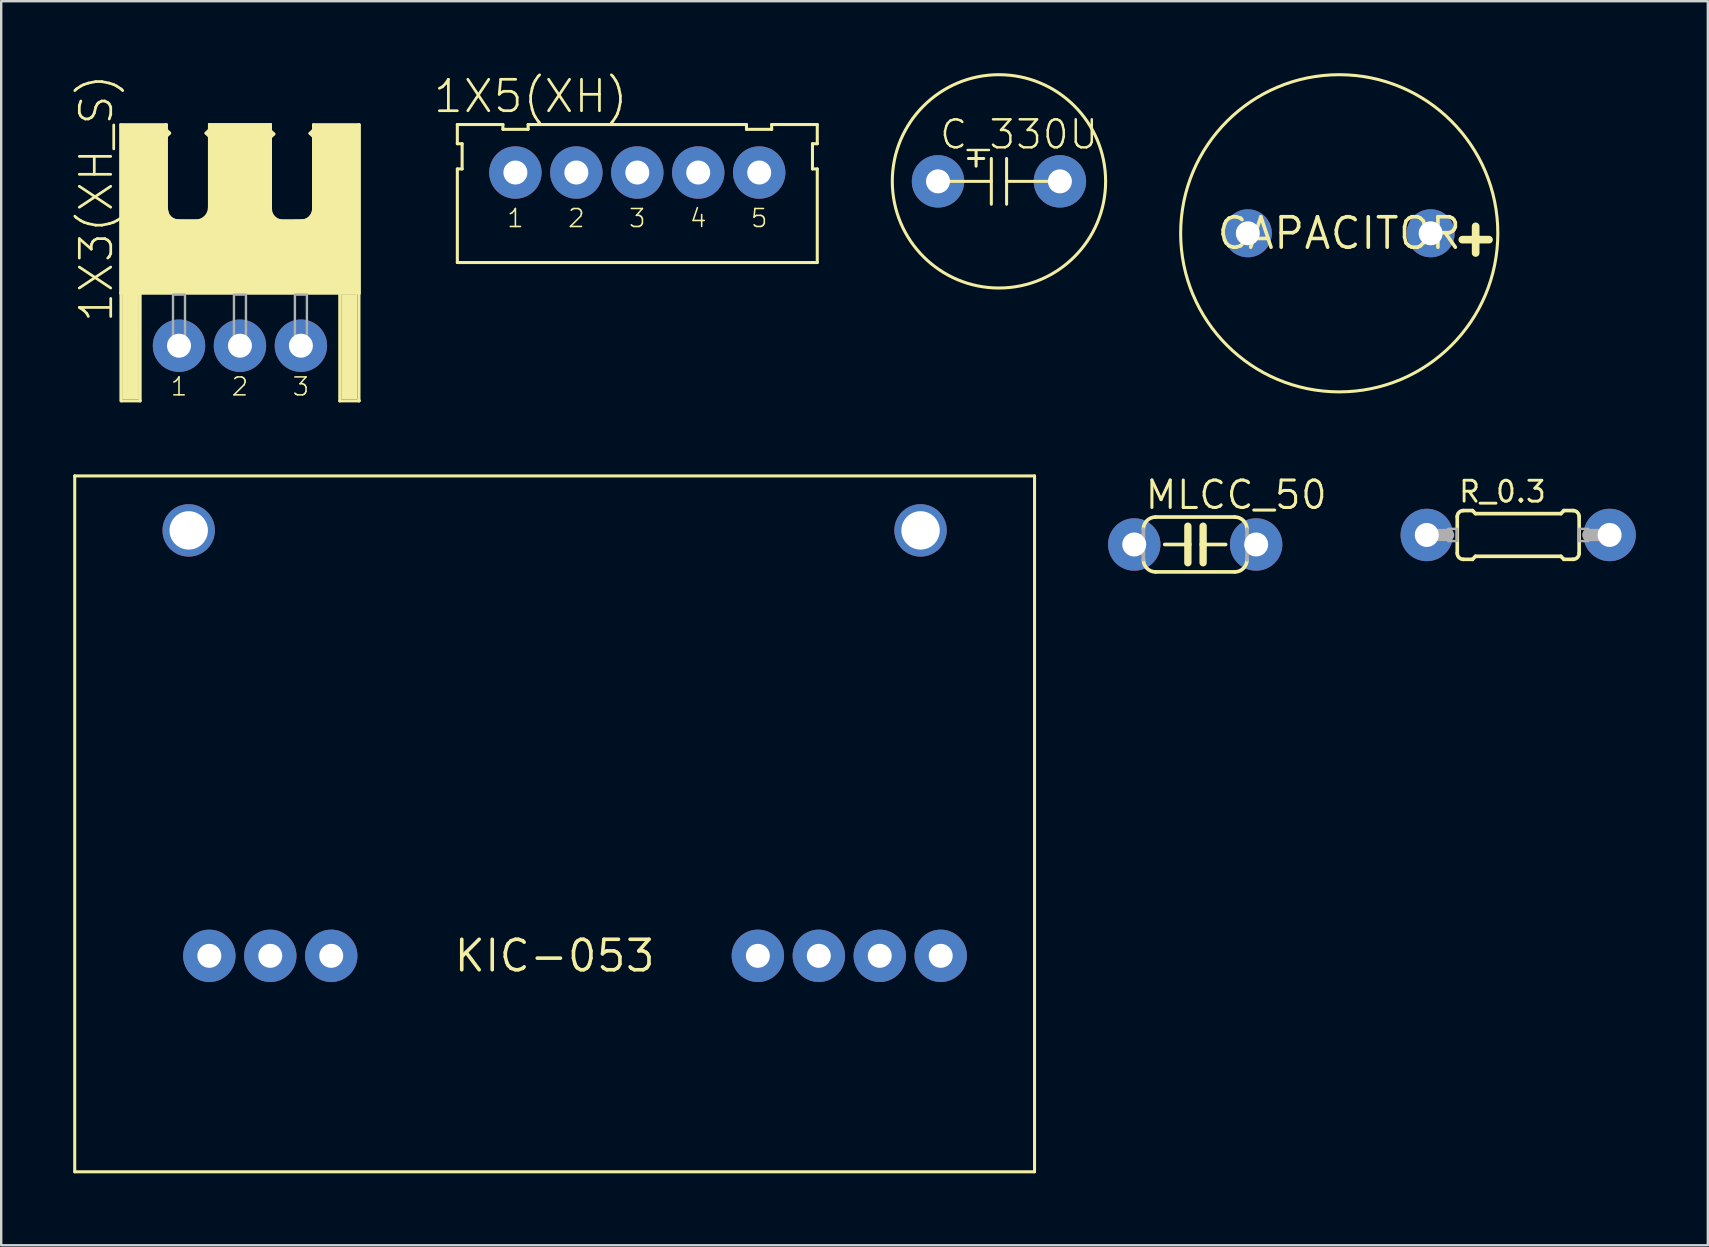
<source format=kicad_pcb>
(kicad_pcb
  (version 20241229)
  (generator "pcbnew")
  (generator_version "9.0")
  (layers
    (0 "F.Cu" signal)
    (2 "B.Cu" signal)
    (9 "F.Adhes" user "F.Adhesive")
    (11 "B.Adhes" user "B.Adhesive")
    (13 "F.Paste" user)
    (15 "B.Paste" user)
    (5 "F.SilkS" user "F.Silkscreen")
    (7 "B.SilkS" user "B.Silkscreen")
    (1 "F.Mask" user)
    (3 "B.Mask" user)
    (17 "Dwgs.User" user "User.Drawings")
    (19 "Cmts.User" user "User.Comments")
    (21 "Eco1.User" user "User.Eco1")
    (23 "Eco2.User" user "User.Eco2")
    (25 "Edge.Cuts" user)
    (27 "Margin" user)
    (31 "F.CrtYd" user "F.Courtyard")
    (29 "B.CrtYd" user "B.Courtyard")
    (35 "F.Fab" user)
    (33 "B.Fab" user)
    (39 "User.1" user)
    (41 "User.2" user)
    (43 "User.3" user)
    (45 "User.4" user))
  (footprint "R_0.3"
    (layer "F.Cu")
    (at 60.22 19.244)
    (property "Reference" "R_0.3" (at -2.54 -1.295 0) (layer "F.SilkS") (effects (font (size 0.872 0.872) (thickness 0.119)) (justify left bottom)))
    (fp_line (start -2.54 0.762) (end -2.54 -0.762) (stroke (width 0.152) (type solid)) (layer "F.SilkS"))
    (fp_line (start -2.286 -1.016) (end -1.905 -1.016) (stroke (width 0.152) (type solid)) (layer "F.SilkS"))
    (fp_line (start -2.286 1.016) (end -1.905 1.016) (stroke (width 0.152) (type solid)) (layer "F.SilkS"))
    (fp_line (start -1.778 -0.889) (end -1.905 -1.016) (stroke (width 0.152) (type solid)) (layer "F.SilkS"))
    (fp_line (start -1.778 0.889) (end -1.905 1.016) (stroke (width 0.152) (type solid)) (layer "F.SilkS"))
    (fp_line (start 1.778 -0.889) (end -1.778 -0.889) (stroke (width 0.152) (type solid)) (layer "F.SilkS"))
    (fp_line (start 1.778 -0.889) (end 1.905 -1.016) (stroke (width 0.152) (type solid)) (layer "F.SilkS"))
    (fp_line (start 1.778 0.889) (end -1.778 0.889) (stroke (width 0.152) (type solid)) (layer "F.SilkS"))
    (fp_line (start 1.778 0.889) (end 1.905 1.016) (stroke (width 0.152) (type solid)) (layer "F.SilkS"))
    (fp_line (start 2.286 -1.016) (end 1.905 -1.016) (stroke (width 0.152) (type solid)) (layer "F.SilkS"))
    (fp_line (start 2.286 1.016) (end 1.905 1.016) (stroke (width 0.152) (type solid)) (layer "F.SilkS"))
    (fp_line (start 2.54 0.762) (end 2.54 -0.762) (stroke (width 0.152) (type solid)) (layer "F.SilkS"))
    (fp_arc (start -2.54 -0.762) (mid -2.465605 -0.941605) (end -2.286 -1.016) (stroke (width 0.1524) (type solid)) (layer "F.SilkS"))
    (fp_arc (start -2.286 1.016) (mid -2.465605 0.941605) (end -2.54 0.762) (stroke (width 0.1524) (type solid)) (layer "F.SilkS"))
    (fp_arc (start 2.286 -1.016) (mid 2.465605 -0.941605) (end 2.54 -0.762) (stroke (width 0.1524) (type solid)) (layer "F.SilkS"))
    (fp_arc (start 2.54 0.762) (mid 2.465605 0.941605) (end 2.286 1.016) (stroke (width 0.1524) (type solid)) (layer "F.SilkS"))
    (fp_line (start -3.81 0) (end -2.921 0) (stroke (width 0.508) (type solid)) (layer "F.Fab"))
    (fp_line (start 3.81 0) (end 2.921 0) (stroke (width 0.508) (type solid)) (layer "F.Fab"))
    (fp_poly (pts (xy -2.921 0.254) (xy -2.54 0.254) (xy -2.54 -0.254) (xy -2.921 -0.254)) (stroke (width 0.1) (type solid)) (fill no) (layer "F.Fab"))
    (fp_poly (pts (xy 2.54 0.254) (xy 2.921 0.254) (xy 2.921 -0.254) (xy 2.54 -0.254)) (stroke (width 0.1) (type solid)) (fill no) (layer "F.Fab"))
    (pad "1" thru_hole circle (at -3.81 0) (size 2.184 2.184) (drill 1) (layers "*.Cu" "*.Mask"))
    (pad "2" thru_hole circle (at 3.81 0) (size 2.184 2.184) (drill 1) (layers "*.Cu" "*.Mask")))
  (footprint "1X5(XH)"
    (layer "F.Cu")
    (at 23.509 4.14)
    (property "Reference" "1X5(XH)" (at -4.445 -3.175 0) (layer "F.SilkS") (effects (font (size 1.309 1.309) (thickness 0.114))))
    (fp_line (start -7.5 -2) (end -7.5 -1.2) (stroke (width 0.127) (type solid)) (layer "F.SilkS"))
    (fp_line (start -7.5 -1.2) (end -7.3 -1.2) (stroke (width 0.127) (type solid)) (layer "F.SilkS"))
    (fp_line (start -7.5 3.75) (end -7.5 -0.15) (stroke (width 0.127) (type solid)) (layer "F.SilkS"))
    (fp_line (start -7.3 -1.2) (end -7.3 -0.15) (stroke (width 0.127) (type solid)) (layer "F.SilkS"))
    (fp_line (start -7.3 -0.15) (end -7.5 -0.15) (stroke (width 0.127) (type solid)) (layer "F.SilkS"))
    (fp_line (start -5.6 -2) (end -7.5 -2) (stroke (width 0.127) (type solid)) (layer "F.SilkS"))
    (fp_line (start -5.6 -2) (end -5.6 -1.8) (stroke (width 0.127) (type solid)) (layer "F.SilkS"))
    (fp_line (start -5.6 -1.8) (end -4.55 -1.8) (stroke (width 0.127) (type solid)) (layer "F.SilkS"))
    (fp_line (start -4.55 -2) (end -4.55 -1.8) (stroke (width 0.127) (type solid)) (layer "F.SilkS"))
    (fp_line (start 4.55 -2) (end -4.55 -2) (stroke (width 0.127) (type solid)) (layer "F.SilkS"))
    (fp_line (start 4.55 -2) (end 4.55 -1.8) (stroke (width 0.127) (type solid)) (layer "F.SilkS"))
    (fp_line (start 4.55 -1.8) (end 5.6 -1.8) (stroke (width 0.127) (type solid)) (layer "F.SilkS"))
    (fp_line (start 5.6 -2) (end 5.6 -1.8) (stroke (width 0.127) (type solid)) (layer "F.SilkS"))
    (fp_line (start 7.3 -1.2) (end 7.3 -0.15) (stroke (width 0.127) (type solid)) (layer "F.SilkS"))
    (fp_line (start 7.5 -2) (end 5.6 -2) (stroke (width 0.127) (type solid)) (layer "F.SilkS"))
    (fp_line (start 7.5 -2) (end 7.5 -1.2) (stroke (width 0.127) (type solid)) (layer "F.SilkS"))
    (fp_line (start 7.5 -1.2) (end 7.3 -1.2) (stroke (width 0.127) (type solid)) (layer "F.SilkS"))
    (fp_line (start 7.5 -0.15) (end 7.3 -0.15) (stroke (width 0.127) (type solid)) (layer "F.SilkS"))
    (fp_line (start 7.5 3.75) (end -7.5 3.75) (stroke (width 0.127) (type solid)) (layer "F.SilkS"))
    (fp_line (start 7.5 3.75) (end 7.5 -0.15) (stroke (width 0.127) (type solid)) (layer "F.SilkS"))
    (fp_poly (pts (xy -5.334 0.254) (xy -4.826 0.254) (xy -4.826 -0.254) (xy -5.334 -0.254)) (stroke (width 0.1) (type solid)) (fill no) (layer "F.Fab"))
    (fp_poly (pts (xy -2.794 0.254) (xy -2.286 0.254) (xy -2.286 -0.254) (xy -2.794 -0.254)) (stroke (width 0.1) (type solid)) (fill no) (layer "F.Fab"))
    (fp_poly (pts (xy -0.254 0.254) (xy 0.254 0.254) (xy 0.254 -0.254) (xy -0.254 -0.254)) (stroke (width 0.1) (type solid)) (fill no) (layer "F.Fab"))
    (fp_poly (pts (xy 2.286 0.254) (xy 2.794 0.254) (xy 2.794 -0.254) (xy 2.286 -0.254)) (stroke (width 0.1) (type solid)) (fill no) (layer "F.Fab"))
    (fp_poly (pts (xy 4.826 0.254) (xy 5.334 0.254) (xy 5.334 -0.254) (xy 4.826 -0.254)) (stroke (width 0.1) (type solid)) (fill no) (layer "F.Fab"))
    (fp_text user "4" (at 2.54 1.905 0) (layer "F.SilkS") (effects (font (size 0.748 0.748) (thickness 0.065))))
    (fp_text user "2" (at -2.54 1.905 0) (layer "F.SilkS") (effects (font (size 0.748 0.748) (thickness 0.065))))
    (fp_text user "5" (at 5.08 1.905 0) (layer "F.SilkS") (effects (font (size 0.748 0.748) (thickness 0.065))))
    (fp_text user "3" (at 0 1.905 0) (layer "F.SilkS") (effects (font (size 0.748 0.748) (thickness 0.065))))
    (fp_text user "1" (at -5.08 1.905 0) (layer "F.SilkS") (effects (font (size 0.748 0.748) (thickness 0.065))))
    (pad "1" thru_hole circle (at -5.08 0 90) (size 2.184 2.184) (drill 1) (layers "*.Cu" "*.Mask"))
    (pad "2" thru_hole circle (at -2.54 0 90) (size 2.184 2.184) (drill 1) (layers "*.Cu" "*.Mask"))
    (pad "3" thru_hole circle (at 0 0 90) (size 2.184 2.184) (drill 1) (layers "*.Cu" "*.Mask"))
    (pad "4" thru_hole circle (at 2.54 0 90) (size 2.184 2.184) (drill 1) (layers "*.Cu" "*.Mask"))
    (pad "5" thru_hole circle (at 5.08 0 90) (size 2.184 2.184) (drill 1) (layers "*.Cu" "*.Mask")))
  (footprint "KIC-053"
    (layer "F.Cu")
    (at 20.064 36.784)
    (property "Reference" "KIC-053" (at 0 0 0) (layer "F.SilkS") (effects (font (size 1.27 1.27) (thickness 0.15))))
    (fp_line (start -20 -20) (end -20 9) (stroke (width 0.127) (type solid)) (layer "F.SilkS"))
    (fp_line (start -20 -20) (end 20 -20) (stroke (width 0.127) (type solid)) (layer "F.SilkS"))
    (fp_line (start -20 9) (end 20 9) (stroke (width 0.127) (type solid)) (layer "F.SilkS"))
    (fp_line (start 20 -20) (end 20 9) (stroke (width 0.127) (type solid)) (layer "F.SilkS"))
    (pad "GND1" thru_hole circle (at 11.01 0) (size 2.184 2.184) (drill 1) (layers "*.Cu" "*.Mask"))
    (pad "GND2" thru_hole circle (at 8.47 0) (size 2.184 2.184) (drill 1) (layers "*.Cu" "*.Mask"))
    (pad "P$8" thru_hole circle (at -15.25 -17.73) (size 2.184 2.184) (drill 1.6) (layers "*.Cu" "*.Mask"))
    (pad "P$9" thru_hole circle (at 15.25 -17.73) (size 2.184 2.184) (drill 1.6) (layers "*.Cu" "*.Mask"))
    (pad "VABJ" thru_hole circle (at -14.39 0 180) (size 2.184 2.184) (drill 1) (layers "*.Cu" "*.Mask"))
    (pad "VIN1" thru_hole circle (at 16.09 0) (size 2.184 2.184) (drill 1) (layers "*.Cu" "*.Mask"))
    (pad "VIN2" thru_hole circle (at 13.55 0) (size 2.184 2.184) (drill 1) (layers "*.Cu" "*.Mask"))
    (pad "VOUT1" thru_hole circle (at -9.31 0 180) (size 2.184 2.184) (drill 1) (layers "*.Cu" "*.Mask"))
    (pad "VOUT2" thru_hole circle (at -11.85 0 180) (size 2.184 2.184) (drill 1) (layers "*.Cu" "*.Mask")))
  (footprint "CAPACITOR"
    (layer "F.Cu")
    (at 52.762 6.672)
    (property "Reference" "CAPACITOR" (at 0 0 0) (layer "F.SilkS") (effects (font (size 1.27 1.27) (thickness 0.15))))
    (fp_circle (center 0 0) (end 6.609 0) (stroke (width 0.127) (type solid)) (fill no) (layer "F.SilkS"))
    (fp_text user "+" (at 4.572 1.016 0) (layer "F.SilkS") (effects (font (size 1.458 1.458) (thickness 0.32)) (justify left bottom)))
    (pad "0" thru_hole circle (at -3.81 0) (size 2 2) (drill 1) (layers "*.Cu" "*.Mask"))
    (pad "1" thru_hole circle (at 3.81 0) (size 2 2) (drill 1) (layers "*.Cu" "*.Mask")))
  (footprint "MLCC_50"
    (layer "F.Cu")
    (at 46.759 19.641)
    (property "Reference" "MLCC_50" (at -2.159 -1.397 0) (layer "F.SilkS") (effects (font (size 1.143 1.143) (thickness 0.127)) (justify left bottom)))
    (fp_line (start -1.27 0) (end -0.305 0) (stroke (width 0.152) (type solid)) (layer "F.SilkS"))
    (fp_line (start -0.305 -0.762) (end -0.305 0) (stroke (width 0.305) (type solid)) (layer "F.SilkS"))
    (fp_line (start -0.305 0) (end -0.305 0.762) (stroke (width 0.305) (type solid)) (layer "F.SilkS"))
    (fp_line (start 0.33 -0.762) (end 0.33 0) (stroke (width 0.305) (type solid)) (layer "F.SilkS"))
    (fp_line (start 0.33 0) (end 0.33 0.762) (stroke (width 0.305) (type solid)) (layer "F.SilkS"))
    (fp_line (start 1.27 0) (end 0.33 0) (stroke (width 0.152) (type solid)) (layer "F.SilkS"))
    (fp_line (start 1.651 -1.143) (end -1.651 -1.143) (stroke (width 0.152) (type solid)) (layer "F.SilkS"))
    (fp_line (start 1.651 1.143) (end -1.651 1.143) (stroke (width 0.152) (type solid)) (layer "F.SilkS"))
    (fp_arc (start -2.159 -0.635) (mid -2.01021 -0.99421) (end -1.651 -1.143) (stroke (width 0.1524) (type solid)) (layer "F.SilkS"))
    (fp_arc (start -1.651 1.143) (mid -2.01021 0.99421) (end -2.159 0.635) (stroke (width 0.1524) (type solid)) (layer "F.SilkS"))
    (fp_arc (start 1.651 -1.143) (mid 2.01021 -0.99421) (end 2.159 -0.635) (stroke (width 0.1524) (type solid)) (layer "F.SilkS"))
    (fp_arc (start 2.159 0.635) (mid 2.01021 0.99421) (end 1.651 1.143) (stroke (width 0.1524) (type solid)) (layer "F.SilkS"))
    (fp_line (start -2.159 0.635) (end -2.159 -0.635) (stroke (width 0.152) (type solid)) (layer "F.Fab"))
    (fp_line (start 2.159 0.635) (end 2.159 -0.635) (stroke (width 0.152) (type solid)) (layer "F.Fab"))
    (fp_poly (pts (xy -2.54 0.381) (xy -2.159 0.381) (xy -2.159 -0.381) (xy -2.54 -0.381)) (stroke (width 0.1) (type solid)) (fill no) (layer "F.Fab"))
    (fp_poly (pts (xy 2.159 0.381) (xy 2.54 0.381) (xy 2.54 -0.381) (xy 2.159 -0.381)) (stroke (width 0.1) (type solid)) (fill no) (layer "F.Fab"))
    (pad "1" thru_hole circle (at -2.54 0) (size 2.184 2.184) (drill 1) (layers "*.Cu" "*.Mask"))
    (pad "2" thru_hole circle (at 2.54 0) (size 2.184 2.184) (drill 1) (layers "*.Cu" "*.Mask")))
  (footprint "C_330U"
    (layer "F.Cu")
    (at 38.581 4.508)
    (property "Reference" "C_330U" (at -2.54 -1.27 0) (layer "F.SilkS") (effects (font (size 1.168 1.168) (thickness 0.102)) (justify left bottom)))
    (fp_line (start -2.54 0) (end -0.318 0) (stroke (width 0.127) (type solid)) (layer "F.SilkS"))
    (fp_line (start -1.27 -0.953) (end -0.635 -0.953) (stroke (width 0.127) (type solid)) (layer "F.SilkS"))
    (fp_line (start -0.953 -1.27) (end -0.953 -0.635) (stroke (width 0.127) (type solid)) (layer "F.SilkS"))
    (fp_line (start -0.318 -0.953) (end -0.318 0.953) (stroke (width 0.127) (type solid)) (layer "F.SilkS"))
    (fp_line (start 0.318 -0.953) (end 0.318 0.953) (stroke (width 0.127) (type solid)) (layer "F.SilkS"))
    (fp_line (start 2.54 0) (end 0.318 0) (stroke (width 0.127) (type solid)) (layer "F.SilkS"))
    (fp_circle (center 0 0) (end 4.445 0) (stroke (width 0.127) (type solid)) (fill no) (layer "F.SilkS"))
    (pad "P$1" thru_hole circle (at -2.54 0) (size 2.184 2.184) (drill 1) (layers "*.Cu" "*.Mask"))
    (pad "P$2" thru_hole circle (at 2.54 0) (size 2.184 2.184) (drill 1) (layers "*.Cu" "*.Mask")))
  (footprint "1X3(XH_S)"
    (layer "F.Cu")
    (at 6.95 11.356)
    (property "Reference" "1X3(XH_S)" (at -5.985 -6.144 90) (layer "F.SilkS") (effects (font (size 1.309 1.309) (thickness 0.114))))
    (fp_line (start -4.96 -9.199) (end -4.96 -2.199) (stroke (width 0.127) (type solid)) (layer "F.SilkS"))
    (fp_line (start -4.96 -2.199) (end -4.96 2.301) (stroke (width 0.127) (type solid)) (layer "F.SilkS"))
    (fp_line (start -4.93 2.301) (end -4.16 2.301) (stroke (width 0.127) (type solid)) (layer "F.SilkS"))
    (fp_line (start -4.16 2.301) (end -4.16 -2.189) (stroke (width 0.127) (type solid)) (layer "F.SilkS"))
    (fp_line (start -3.12 -9.199) (end -4.96 -9.199) (stroke (width 0.127) (type solid)) (layer "F.SilkS"))
    (fp_line (start -3.12 -9.199) (end -3.07 -9.199) (stroke (width 0.127) (type solid)) (layer "F.SilkS"))
    (fp_line (start -3.12 -9.179) (end -3.12 -9.199) (stroke (width 0.127) (type solid)) (layer "F.SilkS"))
    (fp_line (start -3.08 -9.009) (end -2.93 -8.859) (stroke (width 0.127) (type solid)) (layer "F.SilkS"))
    (fp_line (start -3.07 -9.199) (end -3.07 -5.699) (stroke (width 0.127) (type solid)) (layer "F.SilkS"))
    (fp_line (start -2.93 -8.859) (end -3.07 -8.719) (stroke (width 0.127) (type solid)) (layer "F.SilkS"))
    (fp_line (start -2.57 -5.199) (end -1.27 -5.199) (stroke (width 0.127) (type solid)) (layer "F.SilkS"))
    (fp_line (start -1.413 -8.857) (end -1.273 -8.998) (stroke (width 0.127) (type solid)) (layer "F.SilkS"))
    (fp_line (start -1.27 -9.207) (end 1.27 -9.207) (stroke (width 0.127) (type solid)) (layer "F.SilkS"))
    (fp_line (start -1.27 -5.199) (end -1.27 -9.207) (stroke (width 0.127) (type solid)) (layer "F.SilkS"))
    (fp_line (start -1.263 -8.707) (end -1.413 -8.857) (stroke (width 0.127) (type solid)) (layer "F.SilkS"))
    (fp_line (start 1.263 -8.971) (end 1.413 -8.821) (stroke (width 0.127) (type solid)) (layer "F.SilkS"))
    (fp_line (start 1.27 -9.207) (end 1.27 -5.194) (stroke (width 0.127) (type solid)) (layer "F.SilkS"))
    (fp_line (start 1.27 -5.194) (end 2.57 -5.199) (stroke (width 0.127) (type solid)) (layer "F.SilkS"))
    (fp_line (start 1.413 -8.821) (end 1.273 -8.681) (stroke (width 0.127) (type solid)) (layer "F.SilkS"))
    (fp_line (start 2.92 -8.849) (end 3.06 -8.989) (stroke (width 0.127) (type solid)) (layer "F.SilkS"))
    (fp_line (start 3.07 -9.199) (end 3.07 -8.699) (stroke (width 0.127) (type solid)) (layer "F.SilkS"))
    (fp_line (start 3.07 -8.699) (end 2.92 -8.849) (stroke (width 0.127) (type solid)) (layer "F.SilkS"))
    (fp_line (start 3.07 -8.699) (end 3.07 -5.699) (stroke (width 0.127) (type solid)) (layer "F.SilkS"))
    (fp_line (start 4.16 -2.199) (end -4.96 -2.199) (stroke (width 0.127) (type solid)) (layer "F.SilkS"))
    (fp_line (start 4.16 2.301) (end 4.16 -2.199) (stroke (width 0.127) (type solid)) (layer "F.SilkS"))
    (fp_line (start 4.95 -9.199) (end 3.07 -9.199) (stroke (width 0.127) (type solid)) (layer "F.SilkS"))
    (fp_line (start 4.95 -9.199) (end 4.96 -9.199) (stroke (width 0.127) (type solid)) (layer "F.SilkS"))
    (fp_line (start 4.95 -9.189) (end 4.95 -9.199) (stroke (width 0.127) (type solid)) (layer "F.SilkS"))
    (fp_line (start 4.95 2.291) (end 4.96 2.291) (stroke (width 0.127) (type solid)) (layer "F.SilkS"))
    (fp_line (start 4.96 -9.199) (end 4.96 2.291) (stroke (width 0.127) (type solid)) (layer "F.SilkS"))
    (fp_line (start 4.96 -9.189) (end 4.96 -2.199) (stroke (width 0.127) (type solid)) (layer "F.SilkS"))
    (fp_line (start 4.96 -2.199) (end 4.16 -2.199) (stroke (width 0.127) (type solid)) (layer "F.SilkS"))
    (fp_line (start 4.96 2.291) (end 4.96 2.301) (stroke (width 0.127) (type solid)) (layer "F.SilkS"))
    (fp_line (start 4.96 2.301) (end 4.16 2.301) (stroke (width 0.127) (type solid)) (layer "F.SilkS"))
    (fp_arc (start -2.57 -5.199) (mid -2.923553 -5.345447) (end -3.07 -5.699) (stroke (width 0.127) (type solid)) (layer "F.SilkS"))
    (fp_arc (start 3.07 -5.699) (mid 2.923553 -5.345447) (end 2.57 -5.199) (stroke (width 0.127) (type solid)) (layer "F.SilkS"))
    (fp_poly (pts (xy -4.91 2.241) (xy -4.21 2.241) (xy -4.21 -2.159) (xy -4.91 -2.159)) (stroke (width 0) (type solid)) (fill yes) (layer "F.SilkS"))
    (fp_poly (pts (xy 4.22 2.241) (xy 4.9 2.241) (xy 4.9 -2.139) (xy 4.22 -2.139)) (stroke (width 0) (type solid)) (fill yes) (layer "F.SilkS"))
    (fp_poly (pts (xy 1.333 -5.712) (xy 1.349 -5.592) (xy 1.394 -5.484) (xy 1.466 -5.391) (xy 1.559 -5.32) (xy 1.667 -5.275) (xy 1.788 -5.26) (xy 2.566 -5.262) (xy 2.683 -5.278) (xy 2.788 -5.321) (xy 2.878 -5.391) (xy 2.948 -5.481) (xy 2.991 -5.586) (xy 3.006 -5.703) (xy 3.006 -9.262) (xy 5.024 -9.262) (xy 5.024 -2.135) (xy -5.024 -2.135) (xy -5.024 -9.262) (xy -3.006 -9.262) (xy -3.006 -5.717) (xy -2.944 -5.483) (xy -2.875 -5.394) (xy -2.783 -5.323) (xy -2.675 -5.278) (xy -2.556 -5.262) (xy -1.848 -5.26) (xy -1.712 -5.277) (xy -1.589 -5.328) (xy -1.483 -5.408) (xy -1.402 -5.514) (xy -1.351 -5.636) (xy -1.333 -5.772) (xy -1.333 -9.271) (xy 1.333 -9.271)) (stroke (width 0) (type solid)) (fill yes) (layer "F.SilkS"))
    (fp_poly (pts (xy -2.794 0.255) (xy -2.286 0.255) (xy -2.286 -0.253) (xy -2.794 -0.253)) (stroke (width 0.1) (type solid)) (fill no) (layer "F.Fab"))
    (fp_poly (pts (xy -2.79 -0.239) (xy -2.29 -0.239) (xy -2.29 -2.129) (xy -2.79 -2.129)) (stroke (width 0.1) (type solid)) (fill no) (layer "F.Fab"))
    (fp_poly (pts (xy -2.79 -0.049) (xy -2.77 -0.049) (xy -2.77 -0.239) (xy -2.79 -0.239)) (stroke (width 0.1) (type solid)) (fill no) (layer "F.Fab"))
    (fp_poly (pts (xy -0.254 0.255) (xy 0.254 0.255) (xy 0.254 -0.253) (xy -0.254 -0.253)) (stroke (width 0.1) (type solid)) (fill no) (layer "F.Fab"))
    (fp_poly (pts (xy -0.25 -0.239) (xy 0.25 -0.239) (xy 0.25 -2.129) (xy -0.25 -2.129)) (stroke (width 0.1) (type solid)) (fill no) (layer "F.Fab"))
    (fp_poly (pts (xy -0.25 -0.049) (xy -0.23 -0.049) (xy -0.23 -0.239) (xy -0.25 -0.239)) (stroke (width 0.1) (type solid)) (fill no) (layer "F.Fab"))
    (fp_poly (pts (xy 2.286 0.255) (xy 2.794 0.255) (xy 2.794 -0.253) (xy 2.286 -0.253)) (stroke (width 0.1) (type solid)) (fill no) (layer "F.Fab"))
    (fp_poly (pts (xy 2.29 -0.239) (xy 2.79 -0.239) (xy 2.79 -2.129) (xy 2.29 -2.129)) (stroke (width 0.1) (type solid)) (fill no) (layer "F.Fab"))
    (fp_poly (pts (xy 2.29 -0.049) (xy 2.31 -0.049) (xy 2.31 -0.239) (xy 2.29 -0.239)) (stroke (width 0.1) (type solid)) (fill no) (layer "F.Fab"))
    (fp_text user "2" (at 0 1.706 0) (layer "F.SilkS") (effects (font (size 0.748 0.748) (thickness 0.065))))
    (fp_text user "1" (at -2.54 1.706 0) (layer "F.SilkS") (effects (font (size 0.748 0.748) (thickness 0.065))))
    (fp_text user "3" (at 2.54 1.706 0) (layer "F.SilkS") (effects (font (size 0.748 0.748) (thickness 0.065))))
    (pad "1" thru_hole circle (at -2.54 0.001 90) (size 2.184 2.184) (drill 1) (layers "*.Cu" "*.Mask"))
    (pad "2" thru_hole circle (at 0 0.001 90) (size 2.184 2.184) (drill 1) (layers "*.Cu" "*.Mask"))
    (pad "3" thru_hole circle (at 2.54 0.001 90) (size 2.184 2.184) (drill 1) (layers "*.Cu" "*.Mask")))
  (gr_rect
    (start -3 -3)
    (end 68.123 48.847)
    (stroke (width 0.1) (type default))
    (fill no)
    (layer "Edge.Cuts")))
</source>
